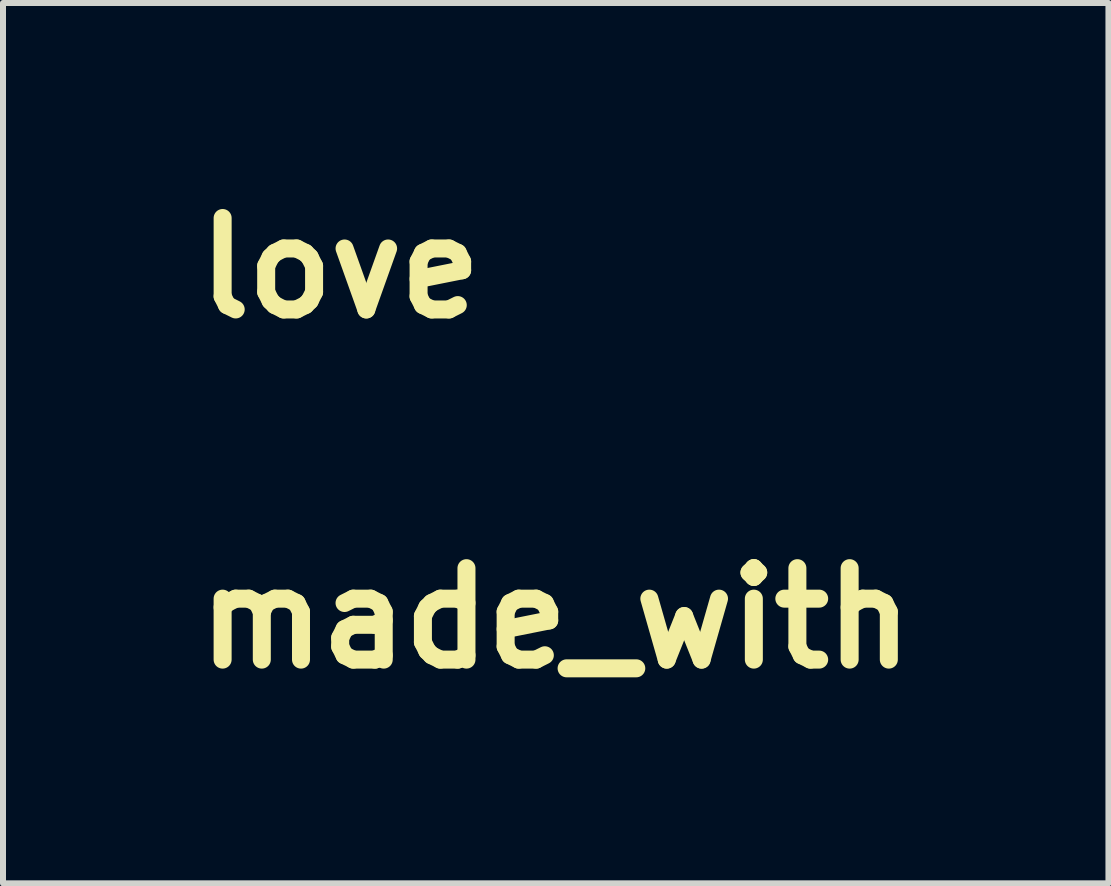
<source format=kicad_pcb>
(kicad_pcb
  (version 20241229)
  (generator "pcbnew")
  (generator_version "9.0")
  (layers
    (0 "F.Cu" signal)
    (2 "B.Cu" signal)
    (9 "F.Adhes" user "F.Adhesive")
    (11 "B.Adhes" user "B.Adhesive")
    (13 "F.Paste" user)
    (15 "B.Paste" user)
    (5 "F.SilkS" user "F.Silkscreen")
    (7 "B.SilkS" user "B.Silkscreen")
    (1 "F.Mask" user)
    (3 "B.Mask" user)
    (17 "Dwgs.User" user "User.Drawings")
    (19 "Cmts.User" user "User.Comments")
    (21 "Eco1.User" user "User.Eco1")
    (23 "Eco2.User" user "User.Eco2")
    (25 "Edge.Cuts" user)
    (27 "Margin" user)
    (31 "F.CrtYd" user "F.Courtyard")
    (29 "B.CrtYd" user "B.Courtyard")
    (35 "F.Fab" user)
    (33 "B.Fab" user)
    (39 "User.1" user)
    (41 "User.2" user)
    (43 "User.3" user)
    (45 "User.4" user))
  (footprint "made_with"
    (layer "F.Cu")
    (at 6.212 7.254)
    (property "Reference" "made_with" (at 0 0 0) (layer "F.SilkS") (effects (font (size 1.524 1.524) (thickness 0.3))))
    (attr through_hole)
    (fp_poly (pts (xy 3.575 0.069) (xy 3.588 0.077) (xy 3.635 0.12) (xy 3.637 0.161) (xy 3.613 0.194) (xy 3.557 0.228) (xy 3.503 0.216) (xy 3.477 0.195) (xy 3.445 0.151) (xy 3.453 0.115) (xy 3.491 0.082) (xy 3.536 0.06) (xy 3.575 0.069)) (stroke (width 0.01) (type solid)) (fill yes) (layer "F.Mask"))
    (fp_poly (pts (xy 4.445 -0.689) (xy 4.476 -0.68) (xy 4.467 -0.668) (xy 4.418 -0.659) (xy 4.347 -0.654) (xy 4.242 -0.645) (xy 4.137 -0.622) (xy 4.029 -0.583) (xy 3.915 -0.525) (xy 3.793 -0.446) (xy 3.659 -0.345) (xy 3.511 -0.218) (xy 3.345 -0.064) (xy 3.16 0.119) (xy 2.951 0.334) (xy 2.716 0.582) (xy 2.705 0.595) (xy 2.598 0.709) (xy 2.516 0.793) (xy 2.455 0.852) (xy 2.41 0.89) (xy 2.375 0.912) (xy 2.345 0.922) (xy 2.319 0.924) (xy 2.26 0.916) (xy 2.24 0.892) (xy 2.24 0.888) (xy 2.249 0.844) (xy 2.277 0.761) (xy 2.32 0.644) (xy 2.379 0.496) (xy 2.451 0.32) (xy 2.532 0.13) (xy 2.582 0.014) (xy 2.623 -0.086) (xy 2.654 -0.163) (xy 2.671 -0.21) (xy 2.673 -0.221) (xy 2.656 -0.207) (xy 2.613 -0.163) (xy 2.549 -0.095) (xy 2.466 -0.007) (xy 2.371 0.096) (xy 2.268 0.209) (xy 2.161 0.326) (xy 2.055 0.443) (xy 1.954 0.556) (xy 1.863 0.658) (xy 1.786 0.746) (xy 1.777 0.756) (xy 1.708 0.835) (xy 1.658 0.884) (xy 1.619 0.911) (xy 1.581 0.922) (xy 1.547 0.924) (xy 1.462 0.924) (xy 1.576 0.606) (xy 1.666 0.343) (xy 1.734 0.111) (xy 1.78 -0.088) (xy 1.804 -0.253) (xy 1.806 -0.381) (xy 1.785 -0.471) (xy 1.781 -0.479) (xy 1.72 -0.547) (xy 1.628 -0.586) (xy 1.512 -0.597) (xy 1.379 -0.578) (xy 1.305 -0.556) (xy 1.15 -0.483) (xy 1.029 -0.383) (xy 0.945 -0.267) (xy 0.899 -0.159) (xy 0.878 -0.048) (xy 0.882 0.054) (xy 0.912 0.132) (xy 0.978 0.189) (xy 1.071 0.217) (xy 1.176 0.213) (xy 1.202 0.208) (xy 1.262 0.194) (xy 1.302 0.19) (xy 1.308 0.192) (xy 1.294 0.203) (xy 1.247 0.22) (xy 1.214 0.23) (xy 1.084 0.249) (xy 0.975 0.228) (xy 0.891 0.174) (xy 0.837 0.09) (xy 0.816 -0.019) (xy 0.832 -0.148) (xy 0.839 -0.172) (xy 0.906 -0.315) (xy 1.01 -0.436) (xy 1.155 -0.537) (xy 1.208 -0.565) (xy 1.365 -0.628) (xy 1.516 -0.66) (xy 1.655 -0.663) (xy 1.775 -0.636) (xy 1.87 -0.58) (xy 1.918 -0.523) (xy 1.95 -0.434) (xy 1.96 -0.311) (xy 1.95 -0.157) (xy 1.92 0.022) (xy 1.872 0.219) (xy 1.806 0.431) (xy 1.779 0.505) (xy 1.748 0.592) (xy 1.726 0.661) (xy 1.716 0.701) (xy 1.716 0.708) (xy 1.733 0.694) (xy 1.777 0.65) (xy 1.843 0.58) (xy 1.928 0.489) (xy 2.026 0.382) (xy 2.126 0.272) (xy 2.282 0.099) (xy 2.409 -0.042) (xy 2.512 -0.155) (xy 2.594 -0.242) (xy 2.656 -0.308) (xy 2.704 -0.354) (xy 2.739 -0.384) (xy 2.766 -0.401) (xy 2.787 -0.408) (xy 2.805 -0.408) (xy 2.823 -0.403) (xy 2.834 -0.4) (xy 2.907 -0.381) (xy 2.78 -0.081) (xy 2.695 0.119) (xy 2.62 0.298) (xy 2.557 0.453) (xy 2.507 0.579) (xy 2.471 0.673) (xy 2.451 0.73) (xy 2.448 0.746) (xy 2.463 0.737) (xy 2.508 0.698) (xy 2.578 0.633) (xy 2.67 0.546) (xy 2.779 0.44) (xy 2.903 0.319) (xy 3.031 0.193) (xy 3.17 0.056) (xy 3.304 -0.074) (xy 3.427 -0.192) (xy 3.535 -0.294) (xy 3.623 -0.375) (xy 3.687 -0.431) (xy 3.718 -0.455) (xy 3.929 -0.578) (xy 4.131 -0.657) (xy 4.323 -0.691) (xy 4.37 -0.692) (xy 4.445 -0.689)) (stroke (width 0.01) (type solid)) (fill yes) (layer "F.Mask"))
    (fp_poly (pts (xy 4.781 -0.243) (xy 4.787 -0.242) (xy 4.85 -0.226) (xy 4.731 -0.003) (xy 4.675 0.101) (xy 4.62 0.201) (xy 4.574 0.284) (xy 4.553 0.321) (xy 4.495 0.422) (xy 4.617 0.338) (xy 4.726 0.277) (xy 4.817 0.256) (xy 4.887 0.275) (xy 4.905 0.29) (xy 4.929 0.322) (xy 4.938 0.36) (xy 4.929 0.411) (xy 4.901 0.485) (xy 4.852 0.589) (xy 4.836 0.621) (xy 4.785 0.729) (xy 4.757 0.802) (xy 4.75 0.848) (xy 4.764 0.871) (xy 4.798 0.877) (xy 4.843 0.861) (xy 4.91 0.819) (xy 4.989 0.756) (xy 5.071 0.682) (xy 5.134 0.617) (xy 5.178 0.571) (xy 5.193 0.56) (xy 5.18 0.584) (xy 5.177 0.589) (xy 5.122 0.659) (xy 5.046 0.738) (xy 4.96 0.817) (xy 4.876 0.884) (xy 4.807 0.929) (xy 4.792 0.936) (xy 4.739 0.957) (xy 4.708 0.968) (xy 4.706 0.968) (xy 4.681 0.959) (xy 4.664 0.953) (xy 4.62 0.926) (xy 4.599 0.884) (xy 4.602 0.822) (xy 4.63 0.733) (xy 4.682 0.611) (xy 4.687 0.6) (xy 4.742 0.477) (xy 4.772 0.39) (xy 4.778 0.34) (xy 4.761 0.323) (xy 4.725 0.337) (xy 4.665 0.373) (xy 4.595 0.422) (xy 4.526 0.477) (xy 4.47 0.528) (xy 4.464 0.534) (xy 4.416 0.593) (xy 4.359 0.676) (xy 4.304 0.766) (xy 4.3 0.774) (xy 4.242 0.868) (xy 4.195 0.922) (xy 4.157 0.943) (xy 4.098 0.94) (xy 4.076 0.909) (xy 4.09 0.851) (xy 4.107 0.82) (xy 4.138 0.765) (xy 4.155 0.729) (xy 4.156 0.724) (xy 4.141 0.732) (xy 4.1 0.764) (xy 4.043 0.814) (xy 4.039 0.817) (xy 3.941 0.891) (xy 3.848 0.934) (xy 3.768 0.945) (xy 3.72 0.93) (xy 3.697 0.899) (xy 3.687 0.84) (xy 3.686 0.776) (xy 3.688 0.645) (xy 3.576 0.756) (xy 3.458 0.858) (xy 3.353 0.922) (xy 3.262 0.947) (xy 3.188 0.931) (xy 3.155 0.904) (xy 3.123 0.834) (xy 3.128 0.737) (xy 3.17 0.613) (xy 3.25 0.463) (xy 3.283 0.41) (xy 3.337 0.338) (xy 3.388 0.304) (xy 3.445 0.305) (xy 3.473 0.314) (xy 3.49 0.328) (xy 3.485 0.356) (xy 3.455 0.406) (xy 3.443 0.424) (xy 3.353 0.57) (xy 3.298 0.695) (xy 3.279 0.794) (xy 3.279 0.796) (xy 3.283 0.851) (xy 3.302 0.874) (xy 3.335 0.877) (xy 3.388 0.861) (xy 3.461 0.818) (xy 3.542 0.755) (xy 3.623 0.681) (xy 3.687 0.609) (xy 3.738 0.538) (xy 3.795 0.45) (xy 3.832 0.387) (xy 3.871 0.314) (xy 3.886 0.273) (xy 3.88 0.256) (xy 3.87 0.254) (xy 3.838 0.242) (xy 3.833 0.231) (xy 3.853 0.213) (xy 3.885 0.207) (xy 3.93 0.191) (xy 3.98 0.137) (xy 4.012 0.092) (xy 4.065 0.021) (xy 4.109 -0.015) (xy 4.144 -0.023) (xy 4.197 -0.014) (xy 4.213 0.016) (xy 4.193 0.071) (xy 4.169 0.109) (xy 4.109 0.196) (xy 4.167 0.204) (xy 4.216 0.217) (xy 4.222 0.234) (xy 4.188 0.251) (xy 4.141 0.258) (xy 4.102 0.264) (xy 4.071 0.278) (xy 4.042 0.307) (xy 4.007 0.361) (xy 3.96 0.446) (xy 3.945 0.473) (xy 3.871 0.621) (xy 3.827 0.735) (xy 3.813 0.815) (xy 3.828 0.86) (xy 3.873 0.87) (xy 3.926 0.854) (xy 4.025 0.795) (xy 4.129 0.696) (xy 4.239 0.557) (xy 4.357 0.376) (xy 4.457 0.199) (xy 4.537 0.051) (xy 4.598 -0.061) (xy 4.645 -0.142) (xy 4.681 -0.197) (xy 4.709 -0.229) (xy 4.732 -0.245) (xy 4.755 -0.248) (xy 4.781 -0.243)) (stroke (width 0.01) (type solid)) (fill yes) (layer "F.Mask"))
    (fp_poly (pts (xy -3.991 -0.705) (xy -3.868 -0.663) (xy -3.724 -0.583) (xy -3.616 -0.492) (xy -3.544 -0.388) (xy -3.507 -0.267) (xy -3.505 -0.126) (xy -3.537 0.038) (xy -3.603 0.229) (xy -3.695 0.435) (xy -3.744 0.54) (xy -3.784 0.629) (xy -3.812 0.695) (xy -3.823 0.731) (xy -3.823 0.734) (xy -3.799 0.727) (xy -3.755 0.685) (xy -3.693 0.612) (xy -3.618 0.512) (xy -3.532 0.39) (xy -3.503 0.346) (xy -3.345 0.117) (xy -3.204 -0.074) (xy -3.074 -0.23) (xy -2.953 -0.356) (xy -2.837 -0.454) (xy -2.721 -0.529) (xy -2.601 -0.583) (xy -2.475 -0.621) (xy -2.447 -0.627) (xy -2.293 -0.641) (xy -2.159 -0.615) (xy -2.048 -0.552) (xy -1.966 -0.455) (xy -1.914 -0.327) (xy -1.901 -0.249) (xy -1.899 -0.155) (xy -1.908 -0.06) (xy -1.916 -0.026) (xy -1.948 0.053) (xy -1.994 0.123) (xy -2.044 0.17) (xy -2.083 0.184) (xy -2.089 0.172) (xy -2.063 0.144) (xy -2.062 0.144) (xy -1.997 0.066) (xy -1.957 -0.039) (xy -1.941 -0.159) (xy -1.951 -0.281) (xy -1.986 -0.395) (xy -2.041 -0.481) (xy -2.124 -0.552) (xy -2.219 -0.589) (xy -2.339 -0.597) (xy -2.362 -0.595) (xy -2.422 -0.59) (xy -2.47 -0.579) (xy -2.512 -0.558) (xy -2.553 -0.521) (xy -2.598 -0.463) (xy -2.651 -0.379) (xy -2.718 -0.264) (xy -2.781 -0.153) (xy -2.884 0.033) (xy -2.978 0.212) (xy -3.061 0.378) (xy -3.13 0.525) (xy -3.183 0.648) (xy -3.216 0.741) (xy -3.226 0.786) (xy -3.232 0.845) (xy -3.222 0.871) (xy -3.194 0.877) (xy -3.192 0.877) (xy -3.136 0.861) (xy -3.061 0.818) (xy -2.98 0.758) (xy -2.903 0.687) (xy -2.846 0.621) (xy -2.728 0.47) (xy -2.623 0.358) (xy -2.525 0.28) (xy -2.429 0.232) (xy -2.329 0.21) (xy -2.28 0.208) (xy -2.206 0.213) (xy -2.158 0.235) (xy -2.128 0.266) (xy -2.093 0.3) (xy -2.069 0.304) (xy -2.068 0.302) (xy -2.037 0.287) (xy -2.02 0.29) (xy -1.966 0.306) (xy -1.953 0.31) (xy -1.944 0.326) (xy -1.958 0.366) (xy -1.996 0.433) (xy -2.045 0.508) (xy -2.118 0.629) (xy -2.161 0.729) (xy -2.175 0.806) (xy -2.158 0.855) (xy -2.138 0.868) (xy -2.085 0.865) (xy -2.01 0.826) (xy -1.917 0.754) (xy -1.808 0.651) (xy -1.688 0.521) (xy -1.634 0.459) (xy -1.529 0.353) (xy -1.416 0.275) (xy -1.302 0.226) (xy -1.194 0.209) (xy -1.1 0.227) (xy -1.058 0.252) (xy -1.001 0.297) (xy -0.96 0.224) (xy -0.881 0.09) (xy -0.805 -0.029) (xy -0.735 -0.128) (xy -0.675 -0.202) (xy -0.631 -0.245) (xy -0.612 -0.253) (xy -0.569 -0.25) (xy -0.545 -0.236) (xy -0.542 -0.207) (xy -0.56 -0.156) (xy -0.602 -0.079) (xy -0.668 0.03) (xy -0.685 0.058) (xy -0.804 0.254) (xy -0.902 0.428) (xy -0.977 0.576) (xy -1.029 0.698) (xy -1.056 0.79) (xy -1.059 0.851) (xy -1.035 0.877) (xy -1.026 0.877) (xy -0.977 0.868) (xy -0.918 0.836) (xy -0.847 0.78) (xy -0.76 0.697) (xy -0.673 0.602) (xy -0.462 0.602) (xy -0.443 0.611) (xy -0.395 0.6) (xy -0.328 0.575) (xy -0.252 0.539) (xy -0.222 0.523) (xy -0.14 0.463) (xy -0.091 0.401) (xy -0.078 0.345) (xy -0.092 0.313) (xy -0.131 0.282) (xy -0.176 0.286) (xy -0.237 0.325) (xy -0.256 0.34) (xy -0.307 0.389) (xy -0.363 0.452) (xy -0.413 0.517) (xy -0.449 0.571) (xy -0.462 0.602) (xy -0.673 0.602) (xy -0.654 0.582) (xy -0.524 0.432) (xy -0.515 0.421) (xy -0.416 0.325) (xy -0.316 0.261) (xy -0.219 0.232) (xy -0.132 0.239) (xy -0.068 0.278) (xy -0.036 0.337) (xy -0.044 0.403) (xy -0.09 0.471) (xy -0.168 0.537) (xy -0.275 0.597) (xy -0.407 0.647) (xy -0.408 0.647) (xy -0.474 0.674) (xy -0.507 0.708) (xy -0.515 0.736) (xy -0.516 0.814) (xy -0.485 0.864) (xy -0.43 0.887) (xy -0.354 0.884) (xy -0.263 0.855) (xy -0.162 0.801) (xy -0.058 0.724) (xy 0.016 0.655) (xy 0.071 0.6) (xy 0.109 0.568) (xy 0.122 0.564) (xy 0.119 0.57) (xy 0.079 0.623) (xy 0.012 0.692) (xy -0.07 0.765) (xy -0.156 0.832) (xy -0.234 0.884) (xy -0.26 0.898) (xy -0.362 0.933) (xy -0.468 0.945) (xy -0.563 0.935) (xy -0.618 0.911) (xy -0.652 0.875) (xy -0.667 0.821) (xy -0.67 0.769) (xy -0.67 0.663) (xy -0.781 0.768) (xy -0.894 0.86) (xy -0.996 0.92) (xy -1.084 0.947) (xy -1.154 0.941) (xy -1.201 0.902) (xy -1.223 0.829) (xy -1.224 0.806) (xy -1.227 0.771) (xy -1.245 0.775) (xy -1.265 0.792) (xy -1.332 0.837) (xy -1.421 0.88) (xy -1.513 0.911) (xy -1.585 0.923) (xy -1.675 0.906) (xy -1.734 0.854) (xy -1.76 0.773) (xy -1.615 0.773) (xy -1.613 0.837) (xy -1.601 0.862) (xy -1.558 0.877) (xy -1.491 0.871) (xy -1.416 0.847) (xy -1.402 0.84) (xy -1.3 0.775) (xy -1.217 0.685) (xy -1.143 0.563) (xy -1.118 0.513) (xy -1.076 0.412) (xy -1.057 0.343) (xy -1.063 0.298) (xy -1.093 0.272) (xy -1.111 0.265) (xy -1.194 0.261) (xy -1.286 0.296) (xy -1.38 0.364) (xy -1.469 0.459) (xy -1.546 0.576) (xy -1.557 0.598) (xy -1.595 0.69) (xy -1.615 0.773) (xy -1.76 0.773) (xy -1.76 0.772) (xy -1.761 0.739) (xy -1.757 0.642) (xy -1.881 0.759) (xy -1.999 0.858) (xy -2.103 0.919) (xy -2.19 0.943) (xy -2.259 0.928) (xy -2.307 0.874) (xy -2.316 0.856) (xy -2.34 0.79) (xy -2.43 0.849) (xy -2.523 0.895) (xy -2.622 0.919) (xy -2.713 0.919) (xy -2.784 0.896) (xy -2.804 0.879) (xy -2.832 0.825) (xy -2.702 0.825) (xy -2.686 0.862) (xy -2.64 0.878) (xy -2.569 0.868) (xy -2.485 0.834) (xy -2.442 0.809) (xy -2.348 0.732) (xy -2.278 0.629) (xy -2.272 0.619) (xy -2.23 0.539) (xy -2.187 0.465) (xy -2.165 0.431) (xy -2.135 0.378) (xy -2.135 0.333) (xy -2.144 0.31) (xy -2.185 0.267) (xy -2.249 0.256) (xy -2.327 0.273) (xy -2.411 0.315) (xy -2.493 0.379) (xy -2.557 0.454) (xy -2.622 0.56) (xy -2.67 0.663) (xy -2.698 0.754) (xy -2.702 0.825) (xy -2.832 0.825) (xy -2.84 0.808) (xy -2.847 0.748) (xy -2.845 0.668) (xy -2.958 0.774) (xy -3.064 0.859) (xy -3.165 0.917) (xy -3.256 0.945) (xy -3.33 0.941) (xy -3.367 0.919) (xy -3.39 0.871) (xy -3.389 0.797) (xy -3.363 0.692) (xy -3.324 0.584) (xy -3.281 0.485) (xy -3.221 0.358) (xy -3.15 0.214) (xy -3.074 0.065) (xy -2.997 -0.079) (xy -2.927 -0.205) (xy -2.883 -0.279) (xy -2.846 -0.342) (xy -2.822 -0.39) (xy -2.817 -0.406) (xy -2.832 -0.4) (xy -2.873 -0.367) (xy -2.931 -0.313) (xy -2.969 -0.276) (xy -3.051 -0.188) (xy -3.148 -0.066) (xy -3.256 0.081) (xy -3.365 0.24) (xy -3.45 0.365) (xy -3.534 0.484) (xy -3.611 0.59) (xy -3.676 0.672) (xy -3.717 0.719) (xy -3.781 0.782) (xy -3.831 0.816) (xy -3.879 0.83) (xy -3.91 0.831) (xy -3.977 0.822) (xy -4.009 0.798) (xy -4.003 0.767) (xy -3.98 0.703) (xy -3.942 0.613) (xy -3.892 0.505) (xy -3.857 0.434) (xy -3.767 0.242) (xy -3.701 0.074) (xy -3.661 -0.065) (xy -3.647 -0.174) (xy -3.657 -0.242) (xy -3.669 -0.255) (xy -3.689 -0.237) (xy -3.72 -0.184) (xy -3.753 -0.118) (xy -3.85 0.057) (xy -3.971 0.23) (xy -4.11 0.396) (xy -4.26 0.548) (xy -4.416 0.682) (xy -4.571 0.791) (xy -4.719 0.869) (xy -4.843 0.908) (xy -4.958 0.91) (xy -5.062 0.875) (xy -5.145 0.81) (xy -5.198 0.72) (xy -5.208 0.682) (xy -5.205 0.589) (xy -5.164 0.506) (xy -5.094 0.445) (xy -5.006 0.417) (xy -4.985 0.416) (xy -4.933 0.426) (xy -4.874 0.45) (xy -4.825 0.481) (xy -4.803 0.508) (xy -4.803 0.51) (xy -4.819 0.516) (xy -4.854 0.498) (xy -4.937 0.464) (xy -5.019 0.469) (xy -5.09 0.508) (xy -5.139 0.574) (xy -5.156 0.66) (xy -5.133 0.751) (xy -5.077 0.818) (xy -4.994 0.858) (xy -4.893 0.866) (xy -4.808 0.847) (xy -4.663 0.78) (xy -4.508 0.677) (xy -4.349 0.547) (xy -4.193 0.397) (xy -4.049 0.235) (xy -3.923 0.068) (xy -3.822 -0.097) (xy -3.754 -0.251) (xy -3.749 -0.265) (xy -3.709 -0.393) (xy -3.797 -0.484) (xy -3.928 -0.588) (xy -4.074 -0.648) (xy -4.239 -0.667) (xy -4.27 -0.666) (xy -4.44 -0.637) (xy -4.587 -0.575) (xy -4.708 -0.485) (xy -4.802 -0.373) (xy -4.865 -0.246) (xy -4.895 -0.108) (xy -4.889 0.036) (xy -4.844 0.178) (xy -4.759 0.314) (xy -4.733 0.343) (xy -4.693 0.391) (xy -4.672 0.424) (xy -4.672 0.43) (xy -4.692 0.422) (xy -4.731 0.386) (xy -4.779 0.33) (xy -4.828 0.265) (xy -4.871 0.201) (xy -4.897 0.153) (xy -4.931 0.034) (xy -4.94 -0.102) (xy -4.923 -0.236) (xy -4.896 -0.316) (xy -4.829 -0.423) (xy -4.73 -0.528) (xy -4.614 -0.617) (xy -4.505 -0.674) (xy -4.338 -0.718) (xy -4.162 -0.729) (xy -3.991 -0.705)) (stroke (width 0.01) (type solid)) (fill yes) (layer "F.Mask")))
  (footprint "love"
    (layer "F.Cu")
    (at 2.62 1.418)
    (property "Reference" "love" (at 0 0 0) (layer "F.SilkS") (effects (font (size 1.524 1.524) (thickness 0.3))))
    (attr through_hole)
    (fp_poly (pts (xy 0.564 -0.832) (xy 0.674 -0.774) (xy 0.77 -0.688) (xy 0.841 -0.584) (xy 0.873 -0.494) (xy 0.883 -0.355) (xy 0.858 -0.205) (xy 0.802 -0.058) (xy 0.8 -0.055) (xy 0.776 -0.018) (xy 0.73 0.046) (xy 0.664 0.132) (xy 0.585 0.233) (xy 0.497 0.345) (xy 0.403 0.462) (xy 0.31 0.578) (xy 0.22 0.687) (xy 0.14 0.784) (xy 0.073 0.863) (xy 0.023 0.918) (xy -0.003 0.945) (xy -0.006 0.946) (xy -0.022 0.929) (xy -0.062 0.88) (xy -0.124 0.805) (xy -0.203 0.708) (xy -0.296 0.595) (xy -0.393 0.476) (xy -0.528 0.307) (xy -0.636 0.169) (xy -0.719 0.055) (xy -0.781 -0.041) (xy -0.825 -0.123) (xy -0.852 -0.196) (xy -0.868 -0.267) (xy -0.873 -0.34) (xy -0.872 -0.406) (xy -0.865 -0.501) (xy -0.851 -0.567) (xy -0.824 -0.621) (xy -0.799 -0.656) (xy -0.693 -0.763) (xy -0.572 -0.829) (xy -0.439 -0.852) (xy -0.356 -0.844) (xy -0.276 -0.811) (xy -0.192 -0.747) (xy -0.116 -0.664) (xy -0.06 -0.574) (xy -0.044 -0.533) (xy -0.019 -0.465) (xy 0.003 -0.442) (xy 0.023 -0.466) (xy 0.034 -0.507) (xy 0.078 -0.614) (xy 0.155 -0.711) (xy 0.254 -0.79) (xy 0.363 -0.84) (xy 0.45 -0.853) (xy 0.564 -0.832)) (stroke (width 0.01) (type solid)) (fill yes) (layer "F.Mask")))
  (gr_rect
    (start -3 -3)
    (end 15.424 11.672)
    (stroke (width 0.1) (type default))
    (fill no)
    (layer "Edge.Cuts")))
</source>
